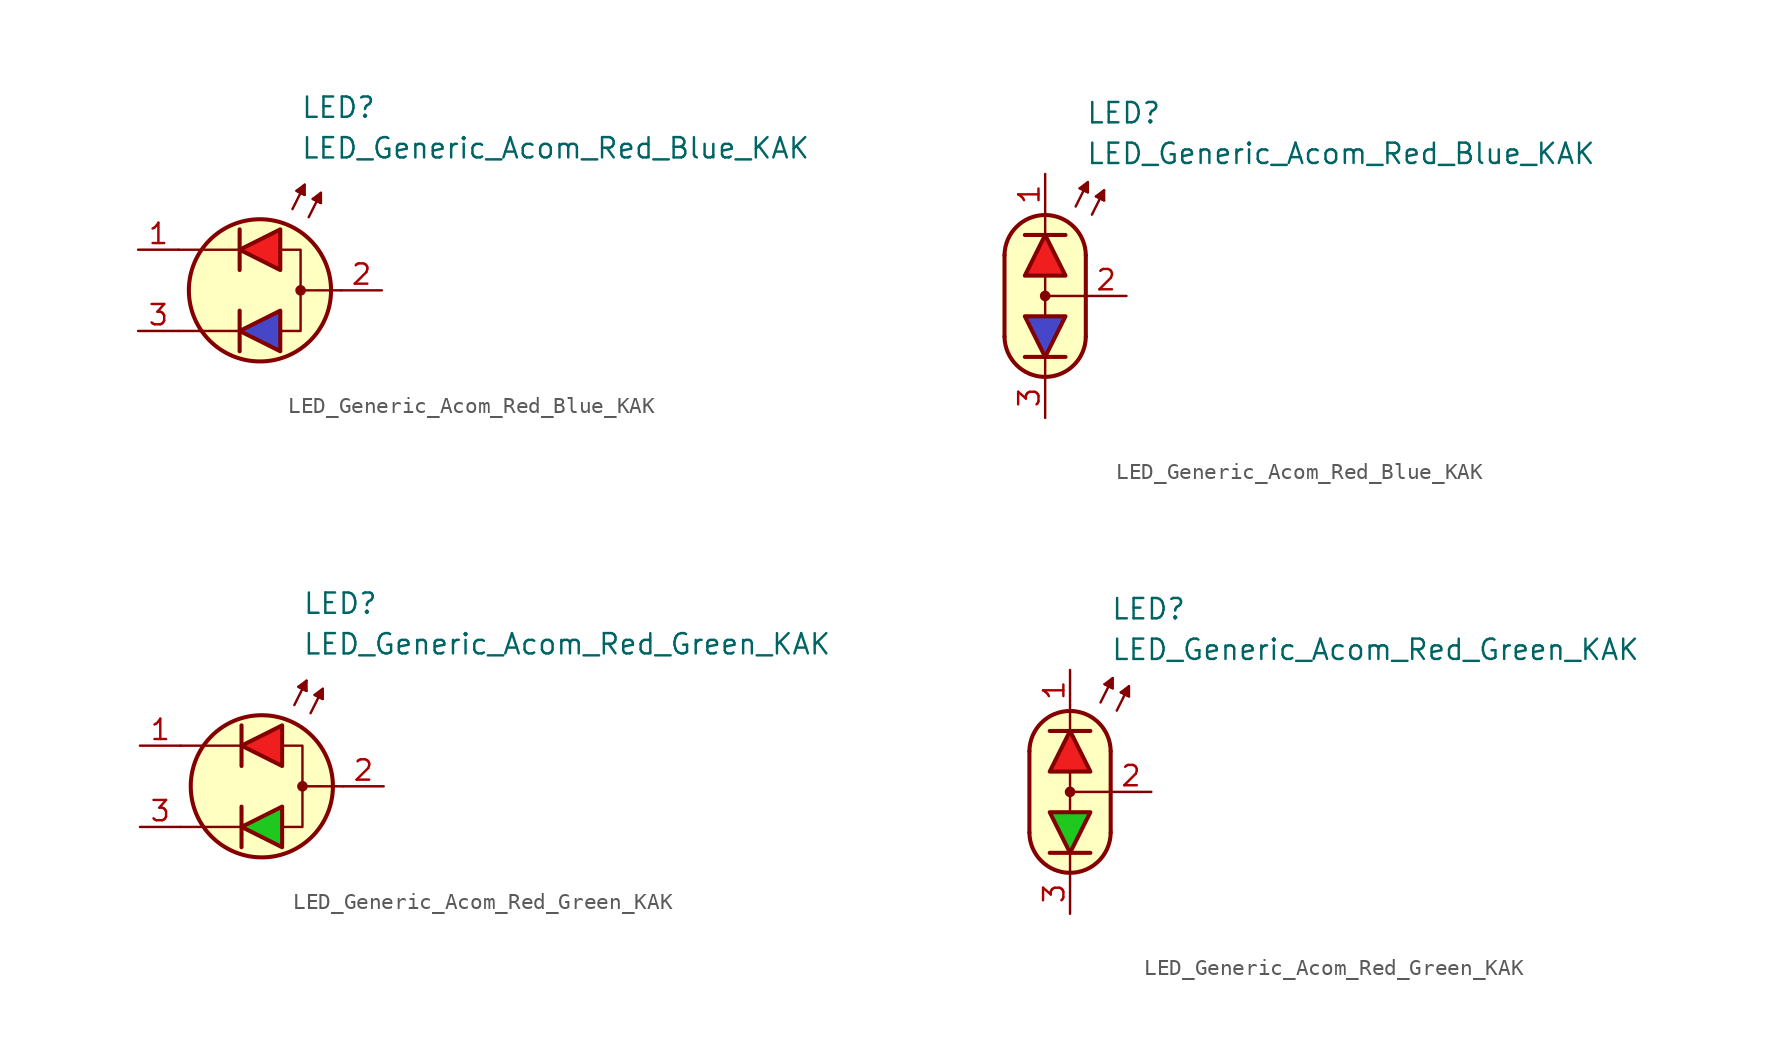
<source format=kicad_sym>
(kicad_symbol_lib
  (version 20231120)
  (generator "kicad_symbol_editor")
  (generator_version "8.0")
  (symbol "LED_Generic_Acom_Red_Blue_KAK"
    (pin_names
      (offset 1.016) hide)
    (property "Reference" "LED"
      (at 2.54 11.43 0)
      (effects (font (size 1.27 1.27)) (justify left)))
    (property "Value" "LED_Generic_Acom_Red_Blue_KAK"
      (at 2.54 8.89 0)
      (effects (font (size 1.27 1.27)) (justify left)))
    (symbol "LED_Generic_Acom_Red_Blue_KAK_0_1"
      (polyline (pts (xy -1.27 -3.81) (xy -1.27 -1.27)) (stroke (width 0.254) (type default)) (fill (type none)))
      (polyline (pts (xy -1.27 -2.54) (xy -5.08 -2.54)) (stroke (width 0.152) (type default)) (fill (type none)))
      (polyline (pts (xy -1.27 1.27) (xy -1.27 3.81)) (stroke (width 0.254) (type default)) (fill (type none)))
      (polyline (pts (xy -1.27 2.54) (xy -5.08 2.54)) (stroke (width 0.152) (type default)) (fill (type none)))
      (polyline (pts (xy 2.032 5.08) (xy 2.794 6.604)) (stroke (width 0.152) (type default)) (fill (type none)))
      (polyline (pts (xy 2.54 6.096) (xy 2.286 6.223)) (stroke (width 0.152) (type default)) (fill (type none)))
      (polyline (pts (xy 2.54 6.096) (xy 2.794 5.969)) (stroke (width 0.152) (type default)) (fill (type none)))
      (polyline (pts (xy 3.048 4.572) (xy 3.81 6.096)) (stroke (width 0.152) (type default)) (fill (type none)))
      (polyline (pts (xy 3.556 5.588) (xy 3.302 5.715)) (stroke (width 0.152) (type default)) (fill (type none)))
      (polyline (pts (xy 3.556 5.588) (xy 3.81 5.461)) (stroke (width 0.152) (type default)) (fill (type none)))
      (polyline (pts (xy 5.08 0) (xy 2.54 0)) (stroke (width 0.152) (type default)) (fill (type none)))
      (polyline (pts (xy 1.27 -3.81) (xy 1.27 -1.27) (xy -1.27 -2.54) (xy 1.27 -3.81)) (stroke (width 0.254) (type default)) (fill (type color) (color 70 70 200 1)))
      (polyline (pts (xy 1.27 1.27) (xy 1.27 3.81) (xy -1.27 2.54) (xy 1.27 1.27)) (stroke (width 0.254) (type default)) (fill (type color) (color 240 30 30 1)))
      (polyline (pts (xy 1.397 2.54) (xy 2.54 2.54) (xy 2.54 -2.54) (xy 1.397 -2.54)) (stroke (width 0.152) (type default)) (fill (type none)))
      (polyline (pts (xy 2.794 5.969) (xy 2.286 6.223) (xy 2.794 6.604) (xy 2.794 5.969)) (stroke (width 0.152) (type default)) (fill (type outline)))
      (polyline (pts (xy 3.81 5.461) (xy 3.302 5.715) (xy 3.81 6.096) (xy 3.81 5.461)) (stroke (width 0.152) (type default)) (fill (type outline)))
      (circle (center 0 0) (radius 4.445) (stroke (width 0.254) (type default)) (fill (type background)))
      (circle (center 2.54 0) (radius 0.254) (stroke (width 0) (type default)) (fill (type outline))))
    (symbol "LED_Generic_Acom_Red_Blue_KAK_0_2"
      (arc (start -2.54 -2.54) (mid 0 -5.0576) (end 2.54 -2.54) (stroke (width 0.254) (type default)) (fill (type none)))
      (polyline (pts (xy -2.54 2.54) (xy -2.54 -2.54)) (stroke (width 0.254) (type default)) (fill (type none)))
      (polyline (pts (xy -1.27 3.81) (xy 1.27 3.81)) (stroke (width 0.254) (type default)) (fill (type none)))
      (polyline (pts (xy 0 -5.08) (xy 0 -3.81)) (stroke (width 0) (type default)) (fill (type none)))
      (polyline (pts (xy 0 -1.27) (xy 0 1.27)) (stroke (width 0) (type default)) (fill (type none)))
      (polyline (pts (xy 0 5.08) (xy 0 3.81)) (stroke (width 0) (type default)) (fill (type none)))
      (polyline (pts (xy 1.27 -3.81) (xy -1.27 -3.81)) (stroke (width 0.254) (type default)) (fill (type none)))
      (polyline (pts (xy 1.905 5.588) (xy 2.667 7.112)) (stroke (width 0.152) (type default)) (fill (type none)))
      (polyline (pts (xy 2.413 6.604) (xy 2.159 6.731)) (stroke (width 0.152) (type default)) (fill (type none)))
      (polyline (pts (xy 2.413 6.604) (xy 2.667 6.477)) (stroke (width 0.152) (type default)) (fill (type none)))
      (polyline (pts (xy 2.54 -2.54) (xy 2.54 2.54)) (stroke (width 0.254) (type default)) (fill (type none)))
      (polyline (pts (xy 2.54 0) (xy 0 0)) (stroke (width 0) (type default)) (fill (type none)))
      (polyline (pts (xy 2.921 5.08) (xy 3.683 6.604)) (stroke (width 0.152) (type default)) (fill (type none)))
      (polyline (pts (xy 3.429 6.096) (xy 3.175 6.223)) (stroke (width 0.152) (type default)) (fill (type none)))
      (polyline (pts (xy 3.429 6.096) (xy 3.683 5.969)) (stroke (width 0.152) (type default)) (fill (type none)))
      (polyline (pts (xy 2.667 6.477) (xy 2.159 6.731) (xy 2.667 7.112) (xy 2.667 6.477)) (stroke (width 0.152) (type default)) (fill (type outline)))
      (polyline (pts (xy 3.683 5.969) (xy 3.175 6.223) (xy 3.683 6.604) (xy 3.683 5.969)) (stroke (width 0.152) (type default)) (fill (type outline)))
      (polyline (pts (xy 0 5.08) (xy 1.016 4.826) (xy 1.778 4.318) (xy 2.286 3.556) (xy 2.54 3.048) (xy 2.54 -2.794) (xy 2.286 -3.556) (xy 1.778 -4.318) (xy 1.016 -4.826) (xy 0.254 -5.08) (xy -0.254 -5.08) (xy -1.016 -4.826) (xy -1.524 -4.572) (xy -2.032 -4.064) (xy -2.286 -3.556) (xy -2.54 -2.794) (xy -2.54 2.794) (xy -2.286 3.556) (xy -2.032 4.064) (xy -1.524 4.572) (xy -1.016 4.826) (xy 0 5.08)) (stroke (width 0.01) (type default)) (fill (type background)))
      (circle (center 0 0) (radius 0.254) (stroke (width 0) (type default)) (fill (type outline)))
      (arc (start 2.54 2.54) (mid 0 5.0576) (end -2.54 2.54) (stroke (width 0.254) (type default)) (fill (type none))))
    (symbol "LED_Generic_Acom_Red_Blue_KAK_1_1"
      (pin passive line (at -7.62 2.54 0) (length 2.54) (name "A1" (effects (font (size 1.27 1.27)))) (number "1" (effects (font (size 1.27 1.27)))))
      (pin passive line (at 7.62 0 180) (length 2.54) (name "K" (effects (font (size 1.27 1.27)))) (number "2" (effects (font (size 1.27 1.27)))))
      (pin passive line (at -7.62 -2.54 0) (length 2.54) (name "A2" (effects (font (size 1.27 1.27)))) (number "3" (effects (font (size 1.27 1.27))))))
    (symbol "LED_Generic_Acom_Red_Blue_KAK_1_2"
      (polyline (pts (xy -1.27 1.27) (xy 1.27 1.27) (xy 0 3.81) (xy -1.27 1.27)) (stroke (width 0.254) (type default)) (fill (type color) (color 240 30 30 1)))
      (polyline (pts (xy 1.27 -1.27) (xy -1.27 -1.27) (xy 0 -3.81) (xy 1.27 -1.27)) (stroke (width 0.254) (type default)) (fill (type color) (color 70 70 200 1)))
      (pin passive line (at 0 7.62 270) (length 2.54) (name "A1" (effects (font (size 1.27 1.27)))) (number "1" (effects (font (size 1.27 1.27)))))
      (pin passive line (at 5.08 0 180) (length 2.54) (name "K" (effects (font (size 1.27 1.27)))) (number "2" (effects (font (size 1.27 1.27)))))
      (pin passive line (at 0 -7.62 90) (length 2.54) (name "A2" (effects (font (size 1.27 1.27)))) (number "3" (effects (font (size 1.27 1.27)))))))
  (symbol "LED_Generic_Acom_Red_Green_KAK"
    (pin_names
      (offset 1.016) hide)
    (property "Reference" "LED"
      (at 2.54 11.43 0)
      (effects (font (size 1.27 1.27)) (justify left)))
    (property "Value" "LED_Generic_Acom_Red_Green_KAK"
      (at 2.54 8.89 0)
      (effects (font (size 1.27 1.27)) (justify left)))
    (symbol "LED_Generic_Acom_Red_Green_KAK_0_1"
      (polyline (pts (xy -1.27 -3.81) (xy -1.27 -1.27)) (stroke (width 0.254) (type default)) (fill (type none)))
      (polyline (pts (xy -1.27 -2.54) (xy -5.08 -2.54)) (stroke (width 0.152) (type default)) (fill (type none)))
      (polyline (pts (xy -1.27 1.27) (xy -1.27 3.81)) (stroke (width 0.254) (type default)) (fill (type none)))
      (polyline (pts (xy -1.27 2.54) (xy -5.08 2.54)) (stroke (width 0.152) (type default)) (fill (type none)))
      (polyline (pts (xy 2.032 5.08) (xy 2.794 6.604)) (stroke (width 0.152) (type default)) (fill (type none)))
      (polyline (pts (xy 2.54 6.096) (xy 2.286 6.223)) (stroke (width 0.152) (type default)) (fill (type none)))
      (polyline (pts (xy 2.54 6.096) (xy 2.794 5.969)) (stroke (width 0.152) (type default)) (fill (type none)))
      (polyline (pts (xy 3.048 4.572) (xy 3.81 6.096)) (stroke (width 0.152) (type default)) (fill (type none)))
      (polyline (pts (xy 3.556 5.588) (xy 3.302 5.715)) (stroke (width 0.152) (type default)) (fill (type none)))
      (polyline (pts (xy 3.556 5.588) (xy 3.81 5.461)) (stroke (width 0.152) (type default)) (fill (type none)))
      (polyline (pts (xy 5.08 0) (xy 2.54 0)) (stroke (width 0.152) (type default)) (fill (type none)))
      (polyline (pts (xy 1.27 -3.81) (xy 1.27 -1.27) (xy -1.27 -2.54) (xy 1.27 -3.81)) (stroke (width 0.254) (type default)) (fill (type color) (color 30 200 30 1)))
      (polyline (pts (xy 1.27 1.27) (xy 1.27 3.81) (xy -1.27 2.54) (xy 1.27 1.27)) (stroke (width 0.254) (type default)) (fill (type color) (color 240 30 30 1)))
      (polyline (pts (xy 1.397 2.54) (xy 2.54 2.54) (xy 2.54 -2.54) (xy 1.397 -2.54)) (stroke (width 0.152) (type default)) (fill (type none)))
      (polyline (pts (xy 2.794 5.969) (xy 2.286 6.223) (xy 2.794 6.604) (xy 2.794 5.969)) (stroke (width 0.152) (type default)) (fill (type outline)))
      (polyline (pts (xy 3.81 5.461) (xy 3.302 5.715) (xy 3.81 6.096) (xy 3.81 5.461)) (stroke (width 0.152) (type default)) (fill (type outline)))
      (circle (center 0 0) (radius 4.445) (stroke (width 0.254) (type default)) (fill (type background)))
      (circle (center 2.54 0) (radius 0.254) (stroke (width 0) (type default)) (fill (type outline))))
    (symbol "LED_Generic_Acom_Red_Green_KAK_0_2"
      (arc (start -2.54 -2.54) (mid 0 -5.0576) (end 2.54 -2.54) (stroke (width 0.254) (type default)) (fill (type none)))
      (polyline (pts (xy -2.54 2.54) (xy -2.54 -2.54)) (stroke (width 0.254) (type default)) (fill (type none)))
      (polyline (pts (xy -1.27 3.81) (xy 1.27 3.81)) (stroke (width 0.254) (type default)) (fill (type none)))
      (polyline (pts (xy 0 -5.08) (xy 0 -3.81)) (stroke (width 0) (type default)) (fill (type none)))
      (polyline (pts (xy 0 -1.27) (xy 0 1.27)) (stroke (width 0) (type default)) (fill (type none)))
      (polyline (pts (xy 0 5.08) (xy 0 3.81)) (stroke (width 0) (type default)) (fill (type none)))
      (polyline (pts (xy 1.27 -3.81) (xy -1.27 -3.81)) (stroke (width 0.254) (type default)) (fill (type none)))
      (polyline (pts (xy 1.905 5.588) (xy 2.667 7.112)) (stroke (width 0.152) (type default)) (fill (type none)))
      (polyline (pts (xy 2.413 6.604) (xy 2.159 6.731)) (stroke (width 0.152) (type default)) (fill (type none)))
      (polyline (pts (xy 2.413 6.604) (xy 2.667 6.477)) (stroke (width 0.152) (type default)) (fill (type none)))
      (polyline (pts (xy 2.54 -2.54) (xy 2.54 2.54)) (stroke (width 0.254) (type default)) (fill (type none)))
      (polyline (pts (xy 2.54 0) (xy 0 0)) (stroke (width 0) (type default)) (fill (type none)))
      (polyline (pts (xy 2.921 5.08) (xy 3.683 6.604)) (stroke (width 0.152) (type default)) (fill (type none)))
      (polyline (pts (xy 3.429 6.096) (xy 3.175 6.223)) (stroke (width 0.152) (type default)) (fill (type none)))
      (polyline (pts (xy 3.429 6.096) (xy 3.683 5.969)) (stroke (width 0.152) (type default)) (fill (type none)))
      (polyline (pts (xy 2.667 6.477) (xy 2.159 6.731) (xy 2.667 7.112) (xy 2.667 6.477)) (stroke (width 0.152) (type default)) (fill (type outline)))
      (polyline (pts (xy 3.683 5.969) (xy 3.175 6.223) (xy 3.683 6.604) (xy 3.683 5.969)) (stroke (width 0.152) (type default)) (fill (type outline)))
      (polyline (pts (xy 0 5.08) (xy 1.016 4.826) (xy 1.778 4.318) (xy 2.286 3.556) (xy 2.54 3.048) (xy 2.54 -2.794) (xy 2.286 -3.556) (xy 1.778 -4.318) (xy 1.016 -4.826) (xy 0.254 -5.08) (xy -0.254 -5.08) (xy -1.016 -4.826) (xy -1.524 -4.572) (xy -2.032 -4.064) (xy -2.286 -3.556) (xy -2.54 -2.794) (xy -2.54 2.794) (xy -2.286 3.556) (xy -2.032 4.064) (xy -1.524 4.572) (xy -1.016 4.826) (xy 0 5.08)) (stroke (width 0.01) (type default)) (fill (type background)))
      (circle (center 0 0) (radius 0.254) (stroke (width 0) (type default)) (fill (type outline)))
      (arc (start 2.54 2.54) (mid 0 5.0576) (end -2.54 2.54) (stroke (width 0.254) (type default)) (fill (type none))))
    (symbol "LED_Generic_Acom_Red_Green_KAK_1_1"
      (pin passive line (at -7.62 2.54 0) (length 2.54) (name "A1" (effects (font (size 1.27 1.27)))) (number "1" (effects (font (size 1.27 1.27)))))
      (pin passive line (at 7.62 0 180) (length 2.54) (name "K" (effects (font (size 1.27 1.27)))) (number "2" (effects (font (size 1.27 1.27)))))
      (pin passive line (at -7.62 -2.54 0) (length 2.54) (name "A2" (effects (font (size 1.27 1.27)))) (number "3" (effects (font (size 1.27 1.27))))))
    (symbol "LED_Generic_Acom_Red_Green_KAK_1_2"
      (polyline (pts (xy -1.27 1.27) (xy 1.27 1.27) (xy 0 3.81) (xy -1.27 1.27)) (stroke (width 0.254) (type default)) (fill (type color) (color 240 30 30 1)))
      (polyline (pts (xy 1.27 -1.27) (xy -1.27 -1.27) (xy 0 -3.81) (xy 1.27 -1.27)) (stroke (width 0.254) (type default)) (fill (type color) (color 30 200 30 1)))
      (pin passive line (at 0 7.62 270) (length 2.54) (name "A1" (effects (font (size 1.27 1.27)))) (number "1" (effects (font (size 1.27 1.27)))))
      (pin passive line (at 5.08 0 180) (length 2.54) (name "K" (effects (font (size 1.27 1.27)))) (number "2" (effects (font (size 1.27 1.27)))))
      (pin passive line (at 0 -7.62 90) (length 2.54) (name "A2" (effects (font (size 1.27 1.27)))) (number "3" (effects (font (size 1.27 1.27))))))))
</source>
